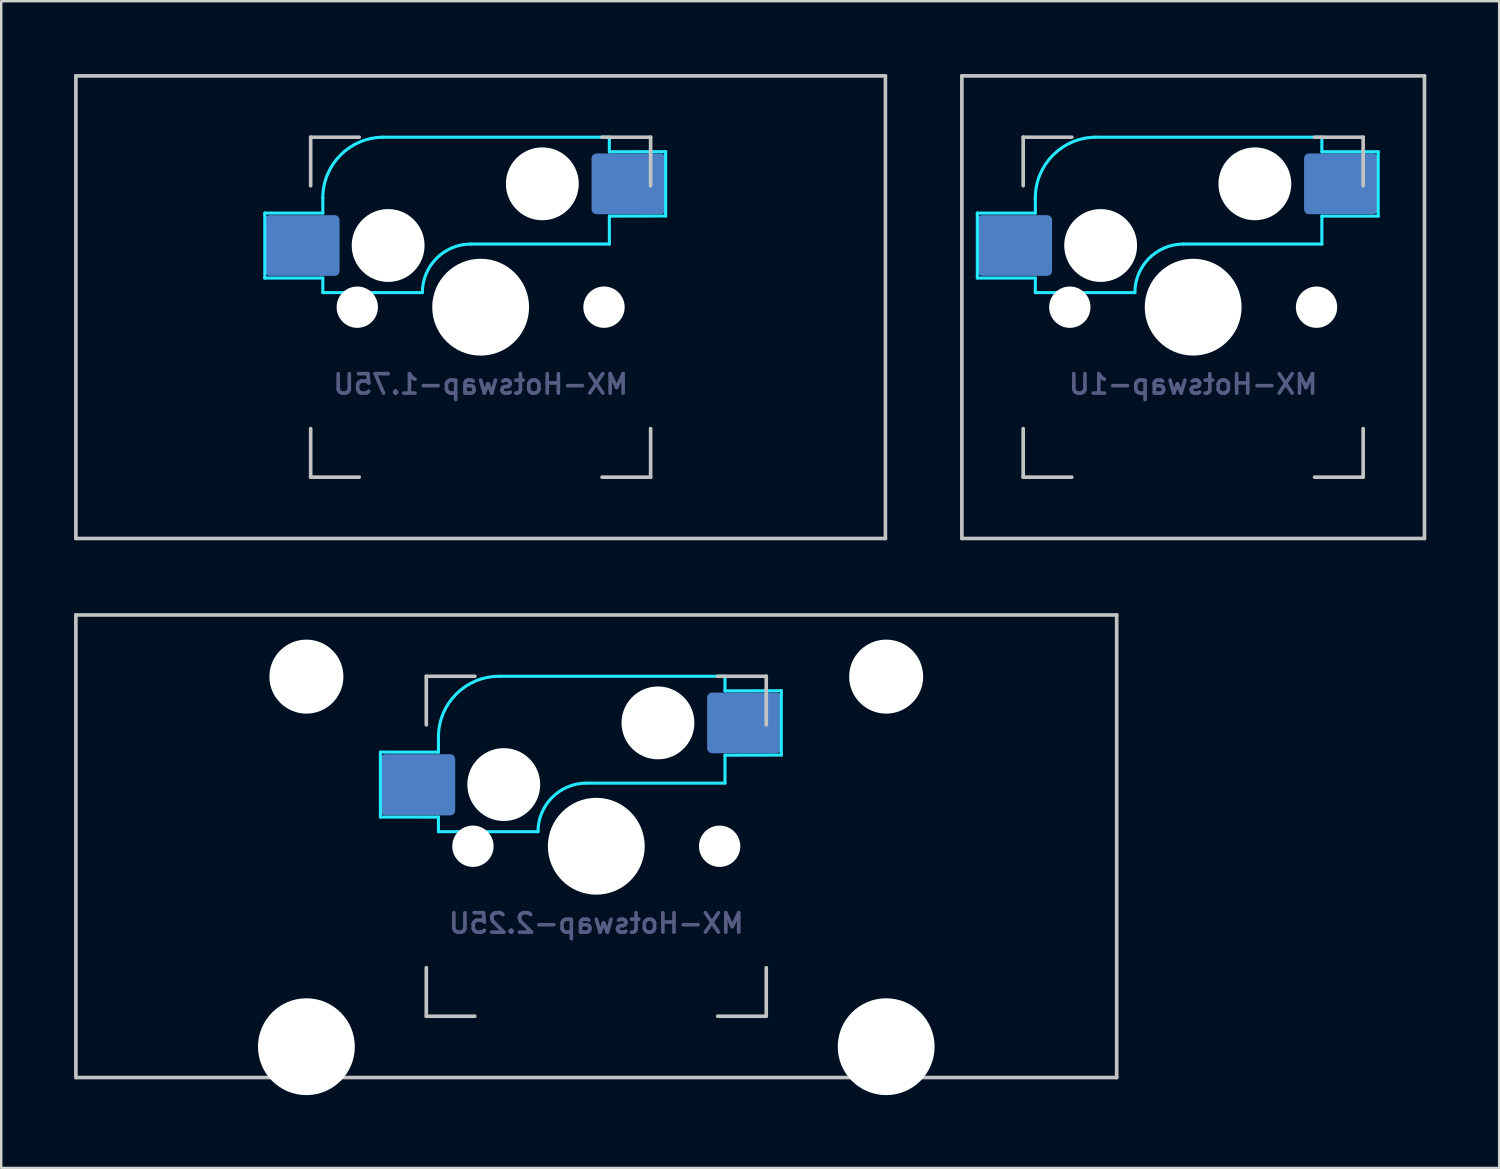
<source format=kicad_pcb>
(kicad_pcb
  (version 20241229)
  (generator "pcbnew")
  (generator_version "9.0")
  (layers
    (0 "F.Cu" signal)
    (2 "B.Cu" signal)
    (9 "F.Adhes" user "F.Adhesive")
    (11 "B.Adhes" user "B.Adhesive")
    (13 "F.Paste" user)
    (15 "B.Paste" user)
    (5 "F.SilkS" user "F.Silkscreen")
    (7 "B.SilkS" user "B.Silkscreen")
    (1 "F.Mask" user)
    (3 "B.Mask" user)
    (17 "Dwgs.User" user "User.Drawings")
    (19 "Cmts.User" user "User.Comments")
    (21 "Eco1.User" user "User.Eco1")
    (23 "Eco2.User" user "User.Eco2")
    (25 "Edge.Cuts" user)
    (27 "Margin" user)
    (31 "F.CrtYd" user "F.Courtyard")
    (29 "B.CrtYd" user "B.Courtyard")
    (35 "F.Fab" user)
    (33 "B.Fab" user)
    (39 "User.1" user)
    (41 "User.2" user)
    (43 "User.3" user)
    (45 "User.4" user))
  (footprint "MX-Hotswap-1U"
    (layer "F.Cu")
    (at 46.087 9.6)
    (property "Reference" "MX-Hotswap-1U" (at 0 3.175 0) (layer "B.Fab") (effects (font (size 0.8 0.8) (thickness 0.15)) (justify mirror)))
    (attr smd)
    (fp_line (start -9.525 9.525) (end -9.525 -9.525) (stroke (width 0.15) (type solid)) (layer "Dwgs.User"))
    (fp_line (start -7 -7) (end -7 -5) (stroke (width 0.15) (type solid)) (layer "Dwgs.User"))
    (fp_line (start -7 5) (end -7 7) (stroke (width 0.15) (type solid)) (layer "Dwgs.User"))
    (fp_line (start -7 7) (end -5 7) (stroke (width 0.15) (type solid)) (layer "Dwgs.User"))
    (fp_line (start -5 -7) (end -7 -7) (stroke (width 0.15) (type solid)) (layer "Dwgs.User"))
    (fp_line (start 5 -7) (end 7 -7) (stroke (width 0.15) (type solid)) (layer "Dwgs.User"))
    (fp_line (start 5 7) (end 7 7) (stroke (width 0.15) (type solid)) (layer "Dwgs.User"))
    (fp_line (start 7 -7) (end 7 -5) (stroke (width 0.15) (type solid)) (layer "Dwgs.User"))
    (fp_line (start 7 7) (end 7 5) (stroke (width 0.15) (type solid)) (layer "Dwgs.User"))
    (fp_line (start 9.525 -9.525) (end -9.525 -9.525) (stroke (width 0.15) (type solid)) (layer "Dwgs.User"))
    (fp_line (start 9.525 9.525) (end -9.525 9.525) (stroke (width 0.15) (type solid)) (layer "Dwgs.User"))
    (fp_line (start 9.525 9.525) (end 9.525 -9.525) (stroke (width 0.15) (type solid)) (layer "Dwgs.User"))
    (fp_line (start -8.89 -3.875) (end -8.89 -1.2) (stroke (width 0.127) (type solid)) (layer "B.CrtYd"))
    (fp_line (start -8.89 -1.2) (end -6.5 -1.2) (stroke (width 0.127) (type solid)) (layer "B.CrtYd"))
    (fp_line (start -6.5 -4.5) (end -6.5 -3.875) (stroke (width 0.127) (type solid)) (layer "B.CrtYd"))
    (fp_line (start -6.5 -3.875) (end -8.89 -3.875) (stroke (width 0.127) (type solid)) (layer "B.CrtYd"))
    (fp_line (start -6.5 -0.6) (end -6.5 -1.2) (stroke (width 0.127) (type solid)) (layer "B.CrtYd"))
    (fp_line (start -6.5 -0.6) (end -2.4 -0.6) (stroke (width 0.127) (type solid)) (layer "B.CrtYd"))
    (fp_line (start -0.4 -2.6) (end 5.3 -2.6) (stroke (width 0.127) (type solid)) (layer "B.CrtYd"))
    (fp_line (start 5.3 -7) (end -4 -7) (stroke (width 0.127) (type solid)) (layer "B.CrtYd"))
    (fp_line (start 5.3 -7) (end 5.3 -6.4) (stroke (width 0.127) (type solid)) (layer "B.CrtYd"))
    (fp_line (start 5.3 -6.4) (end 7.62 -6.4) (stroke (width 0.127) (type solid)) (layer "B.CrtYd"))
    (fp_line (start 5.3 -2.6) (end 5.3 -3.75) (stroke (width 0.127) (type solid)) (layer "B.CrtYd"))
    (fp_line (start 7.62 -6.4) (end 7.62 -3.75) (stroke (width 0.127) (type solid)) (layer "B.CrtYd"))
    (fp_line (start 7.62 -3.75) (end 5.3 -3.75) (stroke (width 0.127) (type solid)) (layer "B.CrtYd"))
    (fp_arc (start -6.5 -4.5) (mid -5.767767 -6.267767) (end -4 -7) (stroke (width 0.127) (type solid)) (layer "B.CrtYd"))
    (fp_arc (start -2.4 -0.6) (mid -1.814214 -2.014214) (end -0.4 -2.6) (stroke (width 0.127) (type solid)) (layer "B.CrtYd"))
    (pad "" np_thru_hole circle (at -5.08 0 48.099) (size 1.702 1.702) (drill 1.702) (layers "*.Cu" "*.Mask"))
    (pad "" np_thru_hole circle (at -3.81 -2.54) (size 3 3) (drill 3) (layers "*.Cu" "*.Mask"))
    (pad "" np_thru_hole circle (at 0 0) (size 3.988 3.988) (drill 3.988) (layers "*.Cu" "*.Mask"))
    (pad "" np_thru_hole circle (at 2.54 -5.08) (size 3 3) (drill 3) (layers "*.Cu" "*.Mask"))
    (pad "" np_thru_hole circle (at 5.08 0 48.099) (size 1.702 1.702) (drill 1.702) (layers "*.Cu" "*.Mask"))
    (pad "1" smd roundrect (at -7.35 -2.54) (size 3.08 2.5) (layers "B.Cu" "B.Mask" "B.Paste") (roundrect_rratio 0.08))
    (pad "2" smd roundrect (at 6.093 -5.08) (size 3.053 2.5) (layers "B.Cu" "B.Mask" "B.Paste") (roundrect_rratio 0.08)))
  (footprint "MX-Hotswap-2.25U"
    (layer "F.Cu")
    (at 21.506 31.8)
    (property "Reference" "MX-Hotswap-2.25U" (at 0 3.175 0) (layer "B.Fab") (effects (font (size 0.8 0.8) (thickness 0.15)) (justify mirror)))
    (attr smd)
    (fp_line (start -21.431 9.525) (end -21.431 -9.525) (stroke (width 0.15) (type solid)) (layer "Dwgs.User"))
    (fp_line (start -7 -7) (end -7 -5) (stroke (width 0.15) (type solid)) (layer "Dwgs.User"))
    (fp_line (start -7 5) (end -7 7) (stroke (width 0.15) (type solid)) (layer "Dwgs.User"))
    (fp_line (start -7 7) (end -5 7) (stroke (width 0.15) (type solid)) (layer "Dwgs.User"))
    (fp_line (start -5 -7) (end -7 -7) (stroke (width 0.15) (type solid)) (layer "Dwgs.User"))
    (fp_line (start 5 -7) (end 7 -7) (stroke (width 0.15) (type solid)) (layer "Dwgs.User"))
    (fp_line (start 5 7) (end 7 7) (stroke (width 0.15) (type solid)) (layer "Dwgs.User"))
    (fp_line (start 7 -7) (end 7 -5) (stroke (width 0.15) (type solid)) (layer "Dwgs.User"))
    (fp_line (start 7 7) (end 7 5) (stroke (width 0.15) (type solid)) (layer "Dwgs.User"))
    (fp_line (start 21.431 -9.525) (end -21.431 -9.525) (stroke (width 0.15) (type solid)) (layer "Dwgs.User"))
    (fp_line (start 21.431 9.525) (end -21.431 9.525) (stroke (width 0.15) (type solid)) (layer "Dwgs.User"))
    (fp_line (start 21.431 9.525) (end 21.431 -9.525) (stroke (width 0.15) (type solid)) (layer "Dwgs.User"))
    (fp_line (start -8.89 -3.877) (end -8.89 -1.202) (stroke (width 0.127) (type solid)) (layer "B.CrtYd"))
    (fp_line (start -8.89 -1.202) (end -6.5 -1.2) (stroke (width 0.127) (type solid)) (layer "B.CrtYd"))
    (fp_line (start -6.5 -4.5) (end -6.5 -3.875) (stroke (width 0.127) (type solid)) (layer "B.CrtYd"))
    (fp_line (start -6.5 -3.875) (end -8.89 -3.877) (stroke (width 0.127) (type solid)) (layer "B.CrtYd"))
    (fp_line (start -6.5 -0.6) (end -6.5 -1.2) (stroke (width 0.127) (type solid)) (layer "B.CrtYd"))
    (fp_line (start -6.5 -0.6) (end -2.4 -0.6) (stroke (width 0.127) (type solid)) (layer "B.CrtYd"))
    (fp_line (start -0.4 -2.6) (end 5.3 -2.6) (stroke (width 0.127) (type solid)) (layer "B.CrtYd"))
    (fp_line (start 5.3 -7) (end -4 -7) (stroke (width 0.127) (type solid)) (layer "B.CrtYd"))
    (fp_line (start 5.3 -7) (end 5.3 -6.4) (stroke (width 0.127) (type solid)) (layer "B.CrtYd"))
    (fp_line (start 5.3 -6.4) (end 7.62 -6.405) (stroke (width 0.127) (type solid)) (layer "B.CrtYd"))
    (fp_line (start 5.3 -2.6) (end 5.3 -3.75) (stroke (width 0.127) (type solid)) (layer "B.CrtYd"))
    (fp_line (start 7.62 -6.405) (end 7.62 -3.755) (stroke (width 0.127) (type solid)) (layer "B.CrtYd"))
    (fp_line (start 7.62 -3.755) (end 5.3 -3.75) (stroke (width 0.127) (type solid)) (layer "B.CrtYd"))
    (fp_arc (start -6.5 -4.5) (mid -5.767767 -6.267767) (end -4 -7) (stroke (width 0.127) (type solid)) (layer "B.CrtYd"))
    (fp_arc (start -2.4 -0.6) (mid -1.814214 -2.014214) (end -0.4 -2.6) (stroke (width 0.127) (type solid)) (layer "B.CrtYd"))
    (pad "" np_thru_hole circle (at -11.938 -6.985) (size 3.048 3.048) (drill 3.048) (layers "*.Cu" "*.Mask"))
    (pad "" np_thru_hole circle (at -11.938 8.255) (size 3.988 3.988) (drill 3.988) (layers "*.Cu" "*.Mask"))
    (pad "" np_thru_hole circle (at -5.08 0 48.099) (size 1.702 1.702) (drill 1.702) (layers "*.Cu" "*.Mask"))
    (pad "" np_thru_hole circle (at -3.81 -2.54) (size 3 3) (drill 3) (layers "*.Cu" "*.Mask"))
    (pad "" np_thru_hole circle (at 0 0) (size 3.988 3.988) (drill 3.988) (layers "*.Cu" "*.Mask"))
    (pad "" np_thru_hole circle (at 2.54 -5.08) (size 3 3) (drill 3) (layers "*.Cu" "*.Mask"))
    (pad "" np_thru_hole circle (at 5.08 0 48.099) (size 1.702 1.702) (drill 1.702) (layers "*.Cu" "*.Mask"))
    (pad "" np_thru_hole circle (at 11.938 -6.985) (size 3.048 3.048) (drill 3.048) (layers "*.Cu" "*.Mask"))
    (pad "" np_thru_hole circle (at 11.938 8.255) (size 3.988 3.988) (drill 3.988) (layers "*.Cu" "*.Mask"))
    (pad "1" smd roundrect (at -7.35 -2.53) (size 3.08 2.52) (layers "B.Cu" "B.Mask" "B.Paste") (roundrect_rratio 0.08))
    (pad "2" smd roundrect (at 6.093 -5.08) (size 3.053 2.5) (layers "B.Cu" "B.Mask" "B.Paste") (roundrect_rratio 0.08)))
  (footprint "MX-Hotswap-1.75U"
    (layer "F.Cu")
    (at 16.744 9.6)
    (property "Reference" "MX-Hotswap-1.75U" (at 0 3.175 0) (layer "B.Fab") (effects (font (size 0.8 0.8) (thickness 0.15)) (justify mirror)))
    (attr smd)
    (fp_line (start -16.669 9.525) (end -16.669 -9.525) (stroke (width 0.15) (type solid)) (layer "Dwgs.User"))
    (fp_line (start -7 -7) (end -7 -5) (stroke (width 0.15) (type solid)) (layer "Dwgs.User"))
    (fp_line (start -7 5) (end -7 7) (stroke (width 0.15) (type solid)) (layer "Dwgs.User"))
    (fp_line (start -7 7) (end -5 7) (stroke (width 0.15) (type solid)) (layer "Dwgs.User"))
    (fp_line (start -5 -7) (end -7 -7) (stroke (width 0.15) (type solid)) (layer "Dwgs.User"))
    (fp_line (start 5 -7) (end 7 -7) (stroke (width 0.15) (type solid)) (layer "Dwgs.User"))
    (fp_line (start 5 7) (end 7 7) (stroke (width 0.15) (type solid)) (layer "Dwgs.User"))
    (fp_line (start 7 -7) (end 7 -5) (stroke (width 0.15) (type solid)) (layer "Dwgs.User"))
    (fp_line (start 7 7) (end 7 5) (stroke (width 0.15) (type solid)) (layer "Dwgs.User"))
    (fp_line (start 16.669 -9.525) (end -16.669 -9.525) (stroke (width 0.15) (type solid)) (layer "Dwgs.User"))
    (fp_line (start 16.669 9.525) (end -16.669 9.525) (stroke (width 0.15) (type solid)) (layer "Dwgs.User"))
    (fp_line (start 16.669 9.525) (end 16.669 -9.525) (stroke (width 0.15) (type solid)) (layer "Dwgs.User"))
    (fp_line (start -8.89 -3.875) (end -8.89 -1.2) (stroke (width 0.127) (type solid)) (layer "B.CrtYd"))
    (fp_line (start -8.89 -1.2) (end -6.5 -1.2) (stroke (width 0.127) (type solid)) (layer "B.CrtYd"))
    (fp_line (start -6.5 -4.5) (end -6.5 -3.875) (stroke (width 0.127) (type solid)) (layer "B.CrtYd"))
    (fp_line (start -6.5 -3.875) (end -8.89 -3.875) (stroke (width 0.127) (type solid)) (layer "B.CrtYd"))
    (fp_line (start -6.5 -0.6) (end -6.5 -1.2) (stroke (width 0.127) (type solid)) (layer "B.CrtYd"))
    (fp_line (start -6.5 -0.6) (end -2.4 -0.6) (stroke (width 0.127) (type solid)) (layer "B.CrtYd"))
    (fp_line (start -0.4 -2.6) (end 5.3 -2.6) (stroke (width 0.127) (type solid)) (layer "B.CrtYd"))
    (fp_line (start 5.3 -7) (end -4 -7) (stroke (width 0.127) (type solid)) (layer "B.CrtYd"))
    (fp_line (start 5.3 -7) (end 5.3 -6.4) (stroke (width 0.127) (type solid)) (layer "B.CrtYd"))
    (fp_line (start 5.3 -6.4) (end 7.62 -6.405) (stroke (width 0.127) (type solid)) (layer "B.CrtYd"))
    (fp_line (start 5.3 -2.6) (end 5.3 -3.75) (stroke (width 0.127) (type solid)) (layer "B.CrtYd"))
    (fp_line (start 7.62 -6.405) (end 7.62 -3.755) (stroke (width 0.127) (type solid)) (layer "B.CrtYd"))
    (fp_line (start 7.62 -3.755) (end 5.3 -3.75) (stroke (width 0.127) (type solid)) (layer "B.CrtYd"))
    (fp_arc (start -6.5 -4.5) (mid -5.767767 -6.267767) (end -4 -7) (stroke (width 0.127) (type solid)) (layer "B.CrtYd"))
    (fp_arc (start -2.4 -0.6) (mid -1.814214 -2.014214) (end -0.4 -2.6) (stroke (width 0.127) (type solid)) (layer "B.CrtYd"))
    (pad "" np_thru_hole circle (at -5.08 0 48.099) (size 1.702 1.702) (drill 1.702) (layers "*.Cu" "*.Mask"))
    (pad "" np_thru_hole circle (at -3.81 -2.54) (size 3 3) (drill 3) (layers "*.Cu" "*.Mask"))
    (pad "" np_thru_hole circle (at 0 0) (size 3.988 3.988) (drill 3.988) (layers "*.Cu" "*.Mask"))
    (pad "" np_thru_hole circle (at 2.54 -5.08) (size 3 3) (drill 3) (layers "*.Cu" "*.Mask"))
    (pad "" np_thru_hole circle (at 5.08 0 48.099) (size 1.702 1.702) (drill 1.702) (layers "*.Cu" "*.Mask"))
    (pad "1" smd roundrect (at -7.35 -2.54) (size 3.08 2.5) (layers "B.Cu" "B.Mask" "B.Paste") (roundrect_rratio 0.08))
    (pad "2" smd roundrect (at 6.093 -5.08) (size 3.053 2.5) (layers "B.Cu" "B.Mask" "B.Paste") (roundrect_rratio 0.08)))
  (gr_rect
    (start -3 -3)
    (end 58.688 45.049)
    (stroke (width 0.1) (type default))
    (fill no)
    (layer "Edge.Cuts")))
</source>
